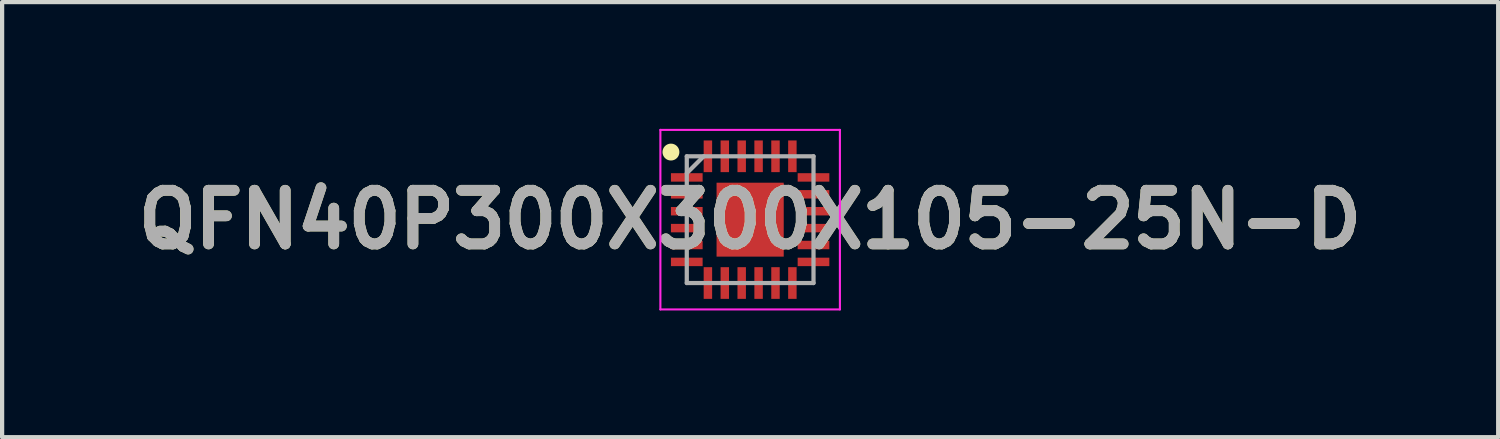
<source format=kicad_pcb>
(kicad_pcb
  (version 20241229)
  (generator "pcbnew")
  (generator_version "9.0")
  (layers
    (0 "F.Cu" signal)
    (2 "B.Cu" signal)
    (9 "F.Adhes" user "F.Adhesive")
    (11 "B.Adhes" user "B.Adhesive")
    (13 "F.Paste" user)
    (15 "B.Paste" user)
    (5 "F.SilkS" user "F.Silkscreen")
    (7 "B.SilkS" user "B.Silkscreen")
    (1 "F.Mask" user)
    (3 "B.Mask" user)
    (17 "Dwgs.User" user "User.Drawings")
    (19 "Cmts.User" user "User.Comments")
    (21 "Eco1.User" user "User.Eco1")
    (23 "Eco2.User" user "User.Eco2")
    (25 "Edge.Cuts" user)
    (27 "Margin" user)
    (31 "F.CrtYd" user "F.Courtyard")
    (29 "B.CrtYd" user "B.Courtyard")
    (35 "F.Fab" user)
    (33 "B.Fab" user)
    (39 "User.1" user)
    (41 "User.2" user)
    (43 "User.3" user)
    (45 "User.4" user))
  (footprint "QFN40P300X300X105-25N-D"
    (layer "F.Cu")
    (at 14.708 2.15)
    (property "Reference" "QFN40P300X300X105-25N-D" (at 0 0 0) (layer "F.SilkS") (effects (font (size 1.27 1.27) (thickness 0.254))))
    (attr smd)
    (fp_circle (center -1.875 -1.6) (end -1.875 -1.5) (stroke (width 0.2) (type solid)) (fill no) (layer "F.SilkS"))
    (fp_line (start -2.125 -2.125) (end 2.125 -2.125) (stroke (width 0.05) (type solid)) (layer "F.CrtYd"))
    (fp_line (start -2.125 2.125) (end -2.125 -2.125) (stroke (width 0.05) (type solid)) (layer "F.CrtYd"))
    (fp_line (start 2.125 -2.125) (end 2.125 2.125) (stroke (width 0.05) (type solid)) (layer "F.CrtYd"))
    (fp_line (start 2.125 2.125) (end -2.125 2.125) (stroke (width 0.05) (type solid)) (layer "F.CrtYd"))
    (fp_line (start -1.5 -1.5) (end 1.5 -1.5) (stroke (width 0.1) (type solid)) (layer "F.Fab"))
    (fp_line (start -1.5 -1.1) (end -1.1 -1.5) (stroke (width 0.1) (type solid)) (layer "F.Fab"))
    (fp_line (start -1.5 1.5) (end -1.5 -1.5) (stroke (width 0.1) (type solid)) (layer "F.Fab"))
    (fp_line (start 1.5 -1.5) (end 1.5 1.5) (stroke (width 0.1) (type solid)) (layer "F.Fab"))
    (fp_line (start 1.5 1.5) (end -1.5 1.5) (stroke (width 0.1) (type solid)) (layer "F.Fab"))
    (fp_text user "${REFERENCE}" (at 0 0 0) (layer "F.Fab") (effects (font (size 1.27 1.27) (thickness 0.254))))
    (pad "1" smd rect (at -1.5 -1 90) (size 0.2 0.75) (layers "F.Cu" "F.Mask" "F.Paste"))
    (pad "2" smd rect (at -1.5 -0.6 90) (size 0.2 0.75) (layers "F.Cu" "F.Mask" "F.Paste"))
    (pad "3" smd rect (at -1.5 -0.2 90) (size 0.2 0.75) (layers "F.Cu" "F.Mask" "F.Paste"))
    (pad "4" smd rect (at -1.5 0.2 90) (size 0.2 0.75) (layers "F.Cu" "F.Mask" "F.Paste"))
    (pad "5" smd rect (at -1.5 0.6 90) (size 0.2 0.75) (layers "F.Cu" "F.Mask" "F.Paste"))
    (pad "6" smd rect (at -1.5 1 90) (size 0.2 0.75) (layers "F.Cu" "F.Mask" "F.Paste"))
    (pad "7" smd rect (at -1 1.5) (size 0.2 0.75) (layers "F.Cu" "F.Mask" "F.Paste"))
    (pad "8" smd rect (at -0.6 1.5) (size 0.2 0.75) (layers "F.Cu" "F.Mask" "F.Paste"))
    (pad "9" smd rect (at -0.2 1.5) (size 0.2 0.75) (layers "F.Cu" "F.Mask" "F.Paste"))
    (pad "10" smd rect (at 0.2 1.5) (size 0.2 0.75) (layers "F.Cu" "F.Mask" "F.Paste"))
    (pad "11" smd rect (at 0.6 1.5) (size 0.2 0.75) (layers "F.Cu" "F.Mask" "F.Paste"))
    (pad "12" smd rect (at 1 1.5) (size 0.2 0.75) (layers "F.Cu" "F.Mask" "F.Paste"))
    (pad "13" smd rect (at 1.5 1 90) (size 0.2 0.75) (layers "F.Cu" "F.Mask" "F.Paste"))
    (pad "14" smd rect (at 1.5 0.6 90) (size 0.2 0.75) (layers "F.Cu" "F.Mask" "F.Paste"))
    (pad "15" smd rect (at 1.5 0.2 90) (size 0.2 0.75) (layers "F.Cu" "F.Mask" "F.Paste"))
    (pad "16" smd rect (at 1.5 -0.2 90) (size 0.2 0.75) (layers "F.Cu" "F.Mask" "F.Paste"))
    (pad "17" smd rect (at 1.5 -0.6 90) (size 0.2 0.75) (layers "F.Cu" "F.Mask" "F.Paste"))
    (pad "18" smd rect (at 1.5 -1 90) (size 0.2 0.75) (layers "F.Cu" "F.Mask" "F.Paste"))
    (pad "19" smd rect (at 1 -1.5) (size 0.2 0.75) (layers "F.Cu" "F.Mask" "F.Paste"))
    (pad "20" smd rect (at 0.6 -1.5) (size 0.2 0.75) (layers "F.Cu" "F.Mask" "F.Paste"))
    (pad "21" smd rect (at 0.2 -1.5) (size 0.2 0.75) (layers "F.Cu" "F.Mask" "F.Paste"))
    (pad "22" smd rect (at -0.2 -1.5) (size 0.2 0.75) (layers "F.Cu" "F.Mask" "F.Paste"))
    (pad "23" smd rect (at -0.6 -1.5) (size 0.2 0.75) (layers "F.Cu" "F.Mask" "F.Paste"))
    (pad "24" smd rect (at -1 -1.5) (size 0.2 0.75) (layers "F.Cu" "F.Mask" "F.Paste"))
    (pad "25" smd rect (at 0 0) (size 1.59 1.75) (layers "F.Cu" "F.Mask" "F.Paste")))
  (gr_rect
    (start -3 -3)
    (end 32.416 7.3)
    (stroke (width 0.1) (type default))
    (fill no)
    (layer "Edge.Cuts")))
</source>
